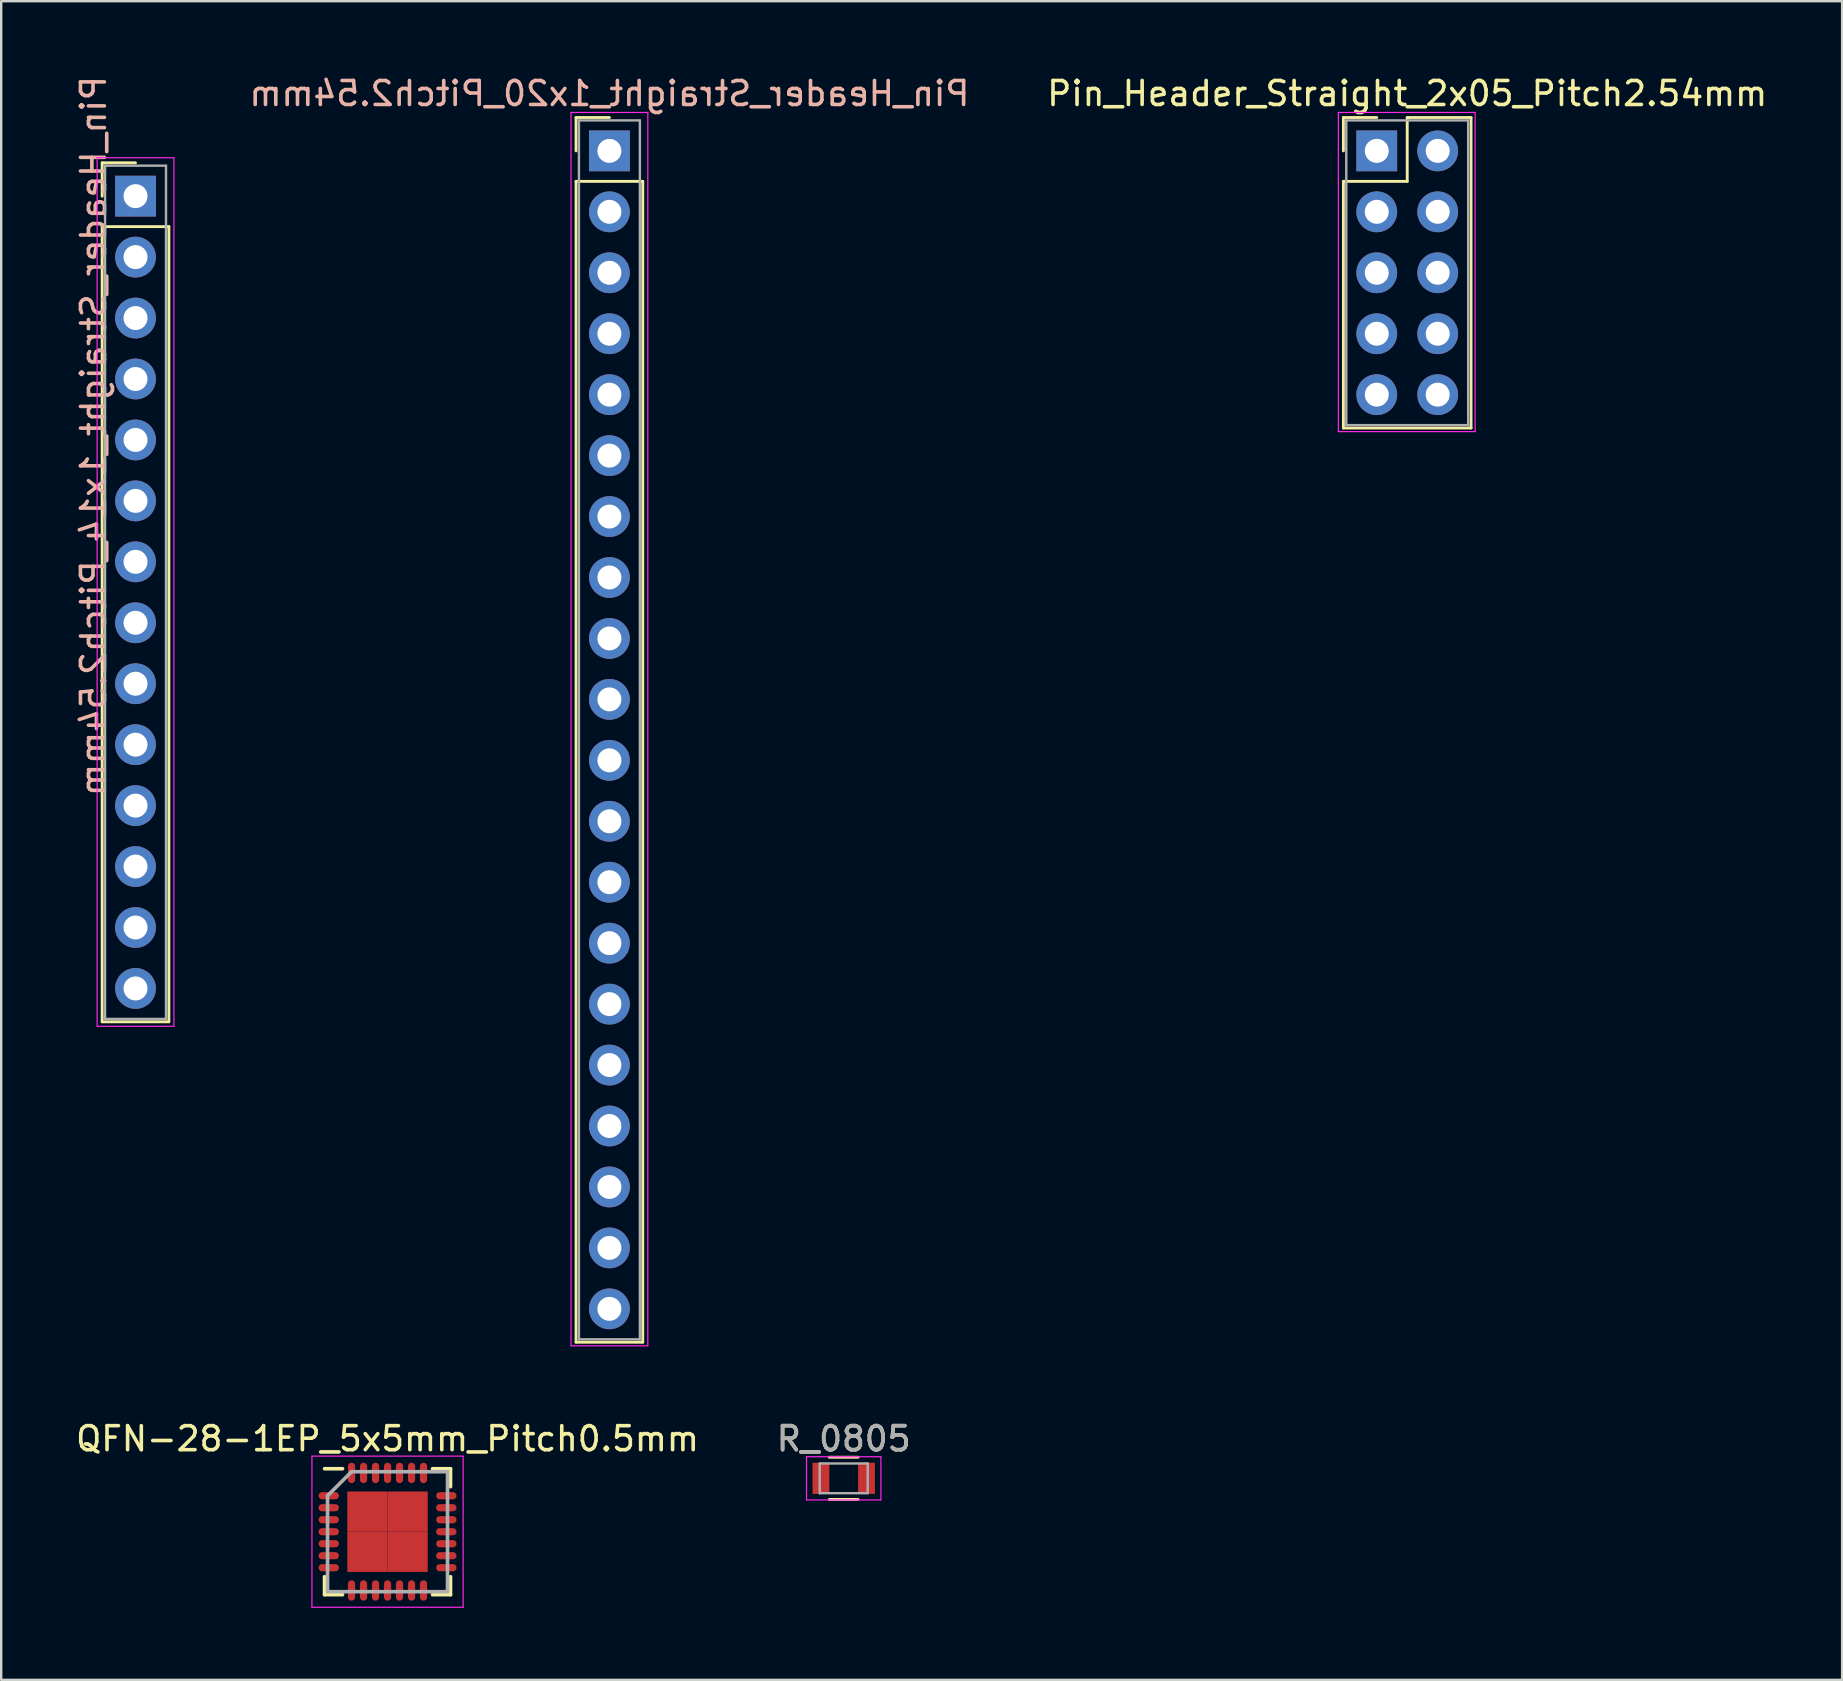
<source format=kicad_pcb>
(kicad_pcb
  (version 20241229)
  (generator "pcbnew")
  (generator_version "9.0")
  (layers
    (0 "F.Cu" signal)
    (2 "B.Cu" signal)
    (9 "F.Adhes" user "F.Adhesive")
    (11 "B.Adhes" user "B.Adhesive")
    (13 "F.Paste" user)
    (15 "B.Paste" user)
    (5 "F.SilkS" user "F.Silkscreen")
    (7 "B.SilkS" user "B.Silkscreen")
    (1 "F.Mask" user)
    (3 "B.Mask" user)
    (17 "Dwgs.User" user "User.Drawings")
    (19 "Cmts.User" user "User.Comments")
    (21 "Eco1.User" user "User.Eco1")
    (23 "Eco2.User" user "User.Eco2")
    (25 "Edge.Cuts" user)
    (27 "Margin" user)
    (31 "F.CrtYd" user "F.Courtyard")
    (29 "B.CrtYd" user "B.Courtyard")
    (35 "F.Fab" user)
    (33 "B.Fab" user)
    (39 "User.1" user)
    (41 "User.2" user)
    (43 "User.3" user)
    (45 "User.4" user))
  (footprint "R_0805"
    (layer "F.Cu")
    (at 32.113 58.562)
    (property "Reference" "R_0805" (at 0 -1.65 0) (layer "F.SilkS") (effects (font (size 1 1) (thickness 0.15))))
    (attr smd)
    (fp_line (start -0.6 -0.88) (end 0.6 -0.88) (stroke (width 0.12) (type solid)) (layer "F.SilkS"))
    (fp_line (start 0.6 0.88) (end -0.6 0.88) (stroke (width 0.12) (type solid)) (layer "F.SilkS"))
    (fp_line (start -1.55 -0.9) (end -1.55 0.9) (stroke (width 0.05) (type solid)) (layer "F.CrtYd"))
    (fp_line (start -1.55 -0.9) (end 1.55 -0.9) (stroke (width 0.05) (type solid)) (layer "F.CrtYd"))
    (fp_line (start 1.55 0.9) (end -1.55 0.9) (stroke (width 0.05) (type solid)) (layer "F.CrtYd"))
    (fp_line (start 1.55 0.9) (end 1.55 -0.9) (stroke (width 0.05) (type solid)) (layer "F.CrtYd"))
    (fp_line (start -1 -0.62) (end 1 -0.62) (stroke (width 0.1) (type solid)) (layer "F.Fab"))
    (fp_line (start -1 0.62) (end -1 -0.62) (stroke (width 0.1) (type solid)) (layer "F.Fab"))
    (fp_line (start 1 -0.62) (end 1 0.62) (stroke (width 0.1) (type solid)) (layer "F.Fab"))
    (fp_line (start 1 0.62) (end -1 0.62) (stroke (width 0.1) (type solid)) (layer "F.Fab"))
    (fp_text user "${REFERENCE}" (at 0 -1.65 0) (layer "F.Fab") (effects (font (size 1 1) (thickness 0.15))))
    (pad "1" smd rect (at -0.95 0) (size 0.7 1.3) (layers "F.Cu" "F.Mask" "F.Paste"))
    (pad "2" smd rect (at 0.95 0) (size 0.7 1.3) (layers "F.Cu" "F.Mask" "F.Paste")))
  (footprint "Pin_Header_Straight_1x14_Pitch2.54mm"
    (layer "F.Cu")
    (at 2.598 5.125)
    (property "Reference" "Pin_Header_Straight_1x14_Pitch2.54mm" (at -1.75 10 270) (layer "B.SilkS") (effects (font (size 1 1) (thickness 0.15)) (justify mirror)))
    (attr through_hole)
    (fp_line (start -1.39 -1.39) (end 0 -1.39) (stroke (width 0.12) (type solid)) (layer "F.SilkS"))
    (fp_line (start -1.39 0) (end -1.39 -1.39) (stroke (width 0.12) (type solid)) (layer "F.SilkS"))
    (fp_line (start -1.39 1.27) (end -1.39 34.41) (stroke (width 0.12) (type solid)) (layer "F.SilkS"))
    (fp_line (start -1.39 34.41) (end 1.39 34.41) (stroke (width 0.12) (type solid)) (layer "F.SilkS"))
    (fp_line (start 1.39 1.27) (end -1.39 1.27) (stroke (width 0.12) (type solid)) (layer "F.SilkS"))
    (fp_line (start 1.39 34.41) (end 1.39 1.27) (stroke (width 0.12) (type solid)) (layer "F.SilkS"))
    (fp_line (start -1.6 -1.6) (end -1.6 34.6) (stroke (width 0.05) (type solid)) (layer "F.CrtYd"))
    (fp_line (start -1.6 34.6) (end 1.6 34.6) (stroke (width 0.05) (type solid)) (layer "F.CrtYd"))
    (fp_line (start 1.6 -1.6) (end -1.6 -1.6) (stroke (width 0.05) (type solid)) (layer "F.CrtYd"))
    (fp_line (start 1.6 34.6) (end 1.6 -1.6) (stroke (width 0.05) (type solid)) (layer "F.CrtYd"))
    (fp_line (start -1.27 -1.27) (end -1.27 34.29) (stroke (width 0.1) (type solid)) (layer "F.Fab"))
    (fp_line (start -1.27 34.29) (end 1.27 34.29) (stroke (width 0.1) (type solid)) (layer "F.Fab"))
    (fp_line (start 1.27 -1.27) (end -1.27 -1.27) (stroke (width 0.1) (type solid)) (layer "F.Fab"))
    (fp_line (start 1.27 34.29) (end 1.27 -1.27) (stroke (width 0.1) (type solid)) (layer "F.Fab"))
    (pad "1" thru_hole rect (at 0 0) (size 1.7 1.7) (drill 1) (layers "*.Cu" "*.Mask"))
    (pad "2" thru_hole oval (at 0 2.54) (size 1.7 1.7) (drill 1) (layers "*.Cu" "*.Mask"))
    (pad "3" thru_hole oval (at 0 5.08) (size 1.7 1.7) (drill 1) (layers "*.Cu" "*.Mask"))
    (pad "4" thru_hole oval (at 0 7.62) (size 1.7 1.7) (drill 1) (layers "*.Cu" "*.Mask"))
    (pad "5" thru_hole oval (at 0 10.16) (size 1.7 1.7) (drill 1) (layers "*.Cu" "*.Mask"))
    (pad "6" thru_hole oval (at 0 12.7) (size 1.7 1.7) (drill 1) (layers "*.Cu" "*.Mask"))
    (pad "7" thru_hole oval (at 0 15.24) (size 1.7 1.7) (drill 1) (layers "*.Cu" "*.Mask"))
    (pad "8" thru_hole oval (at 0 17.78) (size 1.7 1.7) (drill 1) (layers "*.Cu" "*.Mask"))
    (pad "9" thru_hole oval (at 0 20.32) (size 1.7 1.7) (drill 1) (layers "*.Cu" "*.Mask"))
    (pad "10" thru_hole oval (at 0 22.86) (size 1.7 1.7) (drill 1) (layers "*.Cu" "*.Mask"))
    (pad "11" thru_hole oval (at 0 25.4) (size 1.7 1.7) (drill 1) (layers "*.Cu" "*.Mask"))
    (pad "12" thru_hole oval (at 0 27.94) (size 1.7 1.7) (drill 1) (layers "*.Cu" "*.Mask"))
    (pad "13" thru_hole oval (at 0 30.48) (size 1.7 1.7) (drill 1) (layers "*.Cu" "*.Mask"))
    (pad "14" thru_hole oval (at 0 33.02) (size 1.7 1.7) (drill 1) (layers "*.Cu" "*.Mask")))
  (footprint "Pin_Header_Straight_1x20_Pitch2.54mm"
    (layer "F.Cu")
    (at 22.348 3.238)
    (property "Reference" "Pin_Header_Straight_1x20_Pitch2.54mm" (at 0 -2.39 0) (layer "B.SilkS") (effects (font (size 1 1) (thickness 0.15)) (justify mirror)))
    (attr through_hole)
    (fp_line (start -1.39 -1.39) (end 0 -1.39) (stroke (width 0.12) (type solid)) (layer "F.SilkS"))
    (fp_line (start -1.39 0) (end -1.39 -1.39) (stroke (width 0.12) (type solid)) (layer "F.SilkS"))
    (fp_line (start -1.39 1.27) (end -1.39 49.65) (stroke (width 0.12) (type solid)) (layer "F.SilkS"))
    (fp_line (start -1.39 49.65) (end 1.39 49.65) (stroke (width 0.12) (type solid)) (layer "F.SilkS"))
    (fp_line (start 1.39 1.27) (end -1.39 1.27) (stroke (width 0.12) (type solid)) (layer "F.SilkS"))
    (fp_line (start 1.39 49.65) (end 1.39 1.27) (stroke (width 0.12) (type solid)) (layer "F.SilkS"))
    (fp_line (start -1.6 -1.6) (end -1.6 49.8) (stroke (width 0.05) (type solid)) (layer "F.CrtYd"))
    (fp_line (start -1.6 49.8) (end 1.6 49.8) (stroke (width 0.05) (type solid)) (layer "F.CrtYd"))
    (fp_line (start 1.6 -1.6) (end -1.6 -1.6) (stroke (width 0.05) (type solid)) (layer "F.CrtYd"))
    (fp_line (start 1.6 49.8) (end 1.6 -1.6) (stroke (width 0.05) (type solid)) (layer "F.CrtYd"))
    (fp_line (start -1.27 -1.27) (end -1.27 49.53) (stroke (width 0.1) (type solid)) (layer "F.Fab"))
    (fp_line (start -1.27 49.53) (end 1.27 49.53) (stroke (width 0.1) (type solid)) (layer "F.Fab"))
    (fp_line (start 1.27 -1.27) (end -1.27 -1.27) (stroke (width 0.1) (type solid)) (layer "F.Fab"))
    (fp_line (start 1.27 49.53) (end 1.27 -1.27) (stroke (width 0.1) (type solid)) (layer "F.Fab"))
    (pad "1" thru_hole rect (at 0 0) (size 1.7 1.7) (drill 1) (layers "*.Cu" "*.Mask"))
    (pad "2" thru_hole oval (at 0 2.54) (size 1.7 1.7) (drill 1) (layers "*.Cu" "*.Mask"))
    (pad "3" thru_hole oval (at 0 5.08) (size 1.7 1.7) (drill 1) (layers "*.Cu" "*.Mask"))
    (pad "4" thru_hole oval (at 0 7.62) (size 1.7 1.7) (drill 1) (layers "*.Cu" "*.Mask"))
    (pad "5" thru_hole oval (at 0 10.16) (size 1.7 1.7) (drill 1) (layers "*.Cu" "*.Mask"))
    (pad "6" thru_hole oval (at 0 12.7) (size 1.7 1.7) (drill 1) (layers "*.Cu" "*.Mask"))
    (pad "7" thru_hole oval (at 0 15.24) (size 1.7 1.7) (drill 1) (layers "*.Cu" "*.Mask"))
    (pad "8" thru_hole oval (at 0 17.78) (size 1.7 1.7) (drill 1) (layers "*.Cu" "*.Mask"))
    (pad "9" thru_hole oval (at 0 20.32) (size 1.7 1.7) (drill 1) (layers "*.Cu" "*.Mask"))
    (pad "10" thru_hole oval (at 0 22.86) (size 1.7 1.7) (drill 1) (layers "*.Cu" "*.Mask"))
    (pad "11" thru_hole oval (at 0 25.4) (size 1.7 1.7) (drill 1) (layers "*.Cu" "*.Mask"))
    (pad "12" thru_hole oval (at 0 27.94) (size 1.7 1.7) (drill 1) (layers "*.Cu" "*.Mask"))
    (pad "13" thru_hole oval (at 0 30.48) (size 1.7 1.7) (drill 1) (layers "*.Cu" "*.Mask"))
    (pad "14" thru_hole oval (at 0 33.02) (size 1.7 1.7) (drill 1) (layers "*.Cu" "*.Mask"))
    (pad "15" thru_hole oval (at 0 35.56) (size 1.7 1.7) (drill 1) (layers "*.Cu" "*.Mask"))
    (pad "16" thru_hole oval (at 0 38.1) (size 1.7 1.7) (drill 1) (layers "*.Cu" "*.Mask"))
    (pad "17" thru_hole oval (at 0 40.64) (size 1.7 1.7) (drill 1) (layers "*.Cu" "*.Mask"))
    (pad "18" thru_hole oval (at 0 43.18) (size 1.7 1.7) (drill 1) (layers "*.Cu" "*.Mask"))
    (pad "19" thru_hole oval (at 0 45.72) (size 1.7 1.7) (drill 1) (layers "*.Cu" "*.Mask"))
    (pad "20" thru_hole oval (at 0 48.26) (size 1.7 1.7) (drill 1) (layers "*.Cu" "*.Mask")))
  (footprint "QFN-28-1EP_5x5mm_Pitch0.5mm"
    (layer "F.Cu")
    (at 13.101 60.786)
    (property "Reference" "QFN-28-1EP_5x5mm_Pitch0.5mm" (at 0 -3.875 0) (layer "F.SilkS") (effects (font (size 1 1) (thickness 0.15))))
    (attr smd)
    (fp_line (start -2.625 -2.625) (end -1.875 -2.625) (stroke (width 0.15) (type solid)) (layer "F.SilkS"))
    (fp_line (start -2.625 2.625) (end -2.625 1.875) (stroke (width 0.15) (type solid)) (layer "F.SilkS"))
    (fp_line (start -2.625 2.625) (end -1.875 2.625) (stroke (width 0.15) (type solid)) (layer "F.SilkS"))
    (fp_line (start 2.625 -2.625) (end 1.875 -2.625) (stroke (width 0.15) (type solid)) (layer "F.SilkS"))
    (fp_line (start 2.625 -2.625) (end 2.625 -1.875) (stroke (width 0.15) (type solid)) (layer "F.SilkS"))
    (fp_line (start 2.625 2.625) (end 1.875 2.625) (stroke (width 0.15) (type solid)) (layer "F.SilkS"))
    (fp_line (start 2.625 2.625) (end 2.625 1.875) (stroke (width 0.15) (type solid)) (layer "F.SilkS"))
    (fp_line (start -3.15 -3.15) (end -3.15 3.15) (stroke (width 0.05) (type solid)) (layer "F.CrtYd"))
    (fp_line (start -3.15 -3.15) (end 3.15 -3.15) (stroke (width 0.05) (type solid)) (layer "F.CrtYd"))
    (fp_line (start -3.15 3.15) (end 3.15 3.15) (stroke (width 0.05) (type solid)) (layer "F.CrtYd"))
    (fp_line (start 3.15 -3.15) (end 3.15 3.15) (stroke (width 0.05) (type solid)) (layer "F.CrtYd"))
    (fp_line (start -2.5 -1.5) (end -1.5 -2.5) (stroke (width 0.15) (type solid)) (layer "F.Fab"))
    (fp_line (start -2.5 2.5) (end -2.5 -1.5) (stroke (width 0.15) (type solid)) (layer "F.Fab"))
    (fp_line (start -1.5 -2.5) (end 2.5 -2.5) (stroke (width 0.15) (type solid)) (layer "F.Fab"))
    (fp_line (start 2.5 -2.5) (end 2.5 2.5) (stroke (width 0.15) (type solid)) (layer "F.Fab"))
    (fp_line (start 2.5 2.5) (end -2.5 2.5) (stroke (width 0.15) (type solid)) (layer "F.Fab"))
    (pad "1" smd oval (at -2.45 -1.5) (size 0.85 0.3) (layers "F.Cu" "F.Mask" "F.Paste"))
    (pad "2" smd oval (at -2.45 -1) (size 0.85 0.3) (layers "F.Cu" "F.Mask" "F.Paste"))
    (pad "3" smd oval (at -2.45 -0.5) (size 0.85 0.3) (layers "F.Cu" "F.Mask" "F.Paste"))
    (pad "4" smd oval (at -2.45 0) (size 0.85 0.3) (layers "F.Cu" "F.Mask" "F.Paste"))
    (pad "5" smd oval (at -2.45 0.5) (size 0.85 0.3) (layers "F.Cu" "F.Mask" "F.Paste"))
    (pad "6" smd oval (at -2.45 1) (size 0.85 0.3) (layers "F.Cu" "F.Mask" "F.Paste"))
    (pad "7" smd oval (at -2.45 1.5) (size 0.85 0.3) (layers "F.Cu" "F.Mask" "F.Paste"))
    (pad "8" smd oval (at -1.5 2.45 90) (size 0.85 0.3) (layers "F.Cu" "F.Mask" "F.Paste"))
    (pad "9" smd oval (at -1 2.45 90) (size 0.85 0.3) (layers "F.Cu" "F.Mask" "F.Paste"))
    (pad "10" smd oval (at -0.5 2.45 90) (size 0.85 0.3) (layers "F.Cu" "F.Mask" "F.Paste"))
    (pad "11" smd oval (at 0 2.45 90) (size 0.85 0.3) (layers "F.Cu" "F.Mask" "F.Paste"))
    (pad "12" smd oval (at 0.5 2.45 90) (size 0.85 0.3) (layers "F.Cu" "F.Mask" "F.Paste"))
    (pad "13" smd oval (at 1 2.45 90) (size 0.85 0.3) (layers "F.Cu" "F.Mask" "F.Paste"))
    (pad "14" smd oval (at 1.5 2.45 90) (size 0.85 0.3) (layers "F.Cu" "F.Mask" "F.Paste"))
    (pad "15" smd oval (at 2.45 1.5) (size 0.85 0.3) (layers "F.Cu" "F.Mask" "F.Paste"))
    (pad "16" smd oval (at 2.45 1) (size 0.85 0.3) (layers "F.Cu" "F.Mask" "F.Paste"))
    (pad "17" smd oval (at 2.45 0.5) (size 0.85 0.3) (layers "F.Cu" "F.Mask" "F.Paste"))
    (pad "18" smd oval (at 2.45 0) (size 0.85 0.3) (layers "F.Cu" "F.Mask" "F.Paste"))
    (pad "19" smd oval (at 2.45 -0.5) (size 0.85 0.3) (layers "F.Cu" "F.Mask" "F.Paste"))
    (pad "20" smd oval (at 2.45 -1) (size 0.85 0.3) (layers "F.Cu" "F.Mask" "F.Paste"))
    (pad "21" smd oval (at 2.45 -1.5) (size 0.85 0.3) (layers "F.Cu" "F.Mask" "F.Paste"))
    (pad "22" smd oval (at 1.5 -2.45 90) (size 0.85 0.3) (layers "F.Cu" "F.Mask" "F.Paste"))
    (pad "23" smd oval (at 1 -2.45 90) (size 0.85 0.3) (layers "F.Cu" "F.Mask" "F.Paste"))
    (pad "24" smd oval (at 0.5 -2.45 90) (size 0.85 0.3) (layers "F.Cu" "F.Mask" "F.Paste"))
    (pad "25" smd oval (at 0 -2.45 90) (size 0.85 0.3) (layers "F.Cu" "F.Mask" "F.Paste"))
    (pad "26" smd oval (at -0.5 -2.45 90) (size 0.85 0.3) (layers "F.Cu" "F.Mask" "F.Paste"))
    (pad "27" smd oval (at -1 -2.45 90) (size 0.85 0.3) (layers "F.Cu" "F.Mask" "F.Paste"))
    (pad "28" smd oval (at -1.5 -2.45 90) (size 0.85 0.3) (layers "F.Cu" "F.Mask" "F.Paste"))
    (pad "29" smd rect (at -0.838 -0.838) (size 1.675 1.675) (layers "F.Cu" "F.Mask" "F.Paste"))
    (pad "29" smd rect (at -0.838 0.838) (size 1.675 1.675) (layers "F.Cu" "F.Mask" "F.Paste"))
    (pad "29" smd rect (at 0.838 -0.838) (size 1.675 1.675) (layers "F.Cu" "F.Mask" "F.Paste"))
    (pad "29" smd rect (at 0.838 0.838) (size 1.675 1.675) (layers "F.Cu" "F.Mask" "F.Paste")))
  (footprint "Pin_Header_Straight_2x05_Pitch2.54mm"
    (layer "F.Cu")
    (at 54.328 3.238)
    (property "Reference" "Pin_Header_Straight_2x05_Pitch2.54mm" (at 1.27 -2.39 0) (layer "F.SilkS") (effects (font (size 1 1) (thickness 0.15))))
    (attr through_hole)
    (fp_line (start -1.39 -1.39) (end 0 -1.39) (stroke (width 0.12) (type solid)) (layer "F.SilkS"))
    (fp_line (start -1.39 0) (end -1.39 -1.39) (stroke (width 0.12) (type solid)) (layer "F.SilkS"))
    (fp_line (start -1.39 1.27) (end -1.39 11.55) (stroke (width 0.12) (type solid)) (layer "F.SilkS"))
    (fp_line (start -1.39 11.55) (end 3.93 11.55) (stroke (width 0.12) (type solid)) (layer "F.SilkS"))
    (fp_line (start 1.27 -1.39) (end 1.27 1.27) (stroke (width 0.12) (type solid)) (layer "F.SilkS"))
    (fp_line (start 1.27 1.27) (end -1.39 1.27) (stroke (width 0.12) (type solid)) (layer "F.SilkS"))
    (fp_line (start 3.93 -1.39) (end 1.27 -1.39) (stroke (width 0.12) (type solid)) (layer "F.SilkS"))
    (fp_line (start 3.93 11.55) (end 3.93 -1.39) (stroke (width 0.12) (type solid)) (layer "F.SilkS"))
    (fp_line (start -1.6 -1.6) (end -1.6 11.7) (stroke (width 0.05) (type solid)) (layer "F.CrtYd"))
    (fp_line (start -1.6 11.7) (end 4.1 11.7) (stroke (width 0.05) (type solid)) (layer "F.CrtYd"))
    (fp_line (start 4.1 -1.6) (end -1.6 -1.6) (stroke (width 0.05) (type solid)) (layer "F.CrtYd"))
    (fp_line (start 4.1 11.7) (end 4.1 -1.6) (stroke (width 0.05) (type solid)) (layer "F.CrtYd"))
    (fp_line (start -1.27 -1.27) (end -1.27 11.43) (stroke (width 0.1) (type solid)) (layer "F.Fab"))
    (fp_line (start -1.27 11.43) (end 3.81 11.43) (stroke (width 0.1) (type solid)) (layer "F.Fab"))
    (fp_line (start 3.81 -1.27) (end -1.27 -1.27) (stroke (width 0.1) (type solid)) (layer "F.Fab"))
    (fp_line (start 3.81 11.43) (end 3.81 -1.27) (stroke (width 0.1) (type solid)) (layer "F.Fab"))
    (pad "1" thru_hole rect (at 0 0) (size 1.7 1.7) (drill 1) (layers "*.Cu" "*.Mask"))
    (pad "2" thru_hole oval (at 2.54 0) (size 1.7 1.7) (drill 1) (layers "*.Cu" "*.Mask"))
    (pad "3" thru_hole oval (at 0 2.54) (size 1.7 1.7) (drill 1) (layers "*.Cu" "*.Mask"))
    (pad "4" thru_hole oval (at 2.54 2.54) (size 1.7 1.7) (drill 1) (layers "*.Cu" "*.Mask"))
    (pad "5" thru_hole oval (at 0 5.08) (size 1.7 1.7) (drill 1) (layers "*.Cu" "*.Mask"))
    (pad "6" thru_hole oval (at 2.54 5.08) (size 1.7 1.7) (drill 1) (layers "*.Cu" "*.Mask"))
    (pad "7" thru_hole oval (at 0 7.62) (size 1.7 1.7) (drill 1) (layers "*.Cu" "*.Mask"))
    (pad "8" thru_hole oval (at 2.54 7.62) (size 1.7 1.7) (drill 1) (layers "*.Cu" "*.Mask"))
    (pad "9" thru_hole oval (at 0 10.16) (size 1.7 1.7) (drill 1) (layers "*.Cu" "*.Mask"))
    (pad "10" thru_hole oval (at 2.54 10.16) (size 1.7 1.7) (drill 1) (layers "*.Cu" "*.Mask")))
  (gr_rect
    (start -3 -3)
    (end 73.723 66.962)
    (stroke (width 0.1) (type default))
    (fill no)
    (layer "Edge.Cuts")))
</source>
